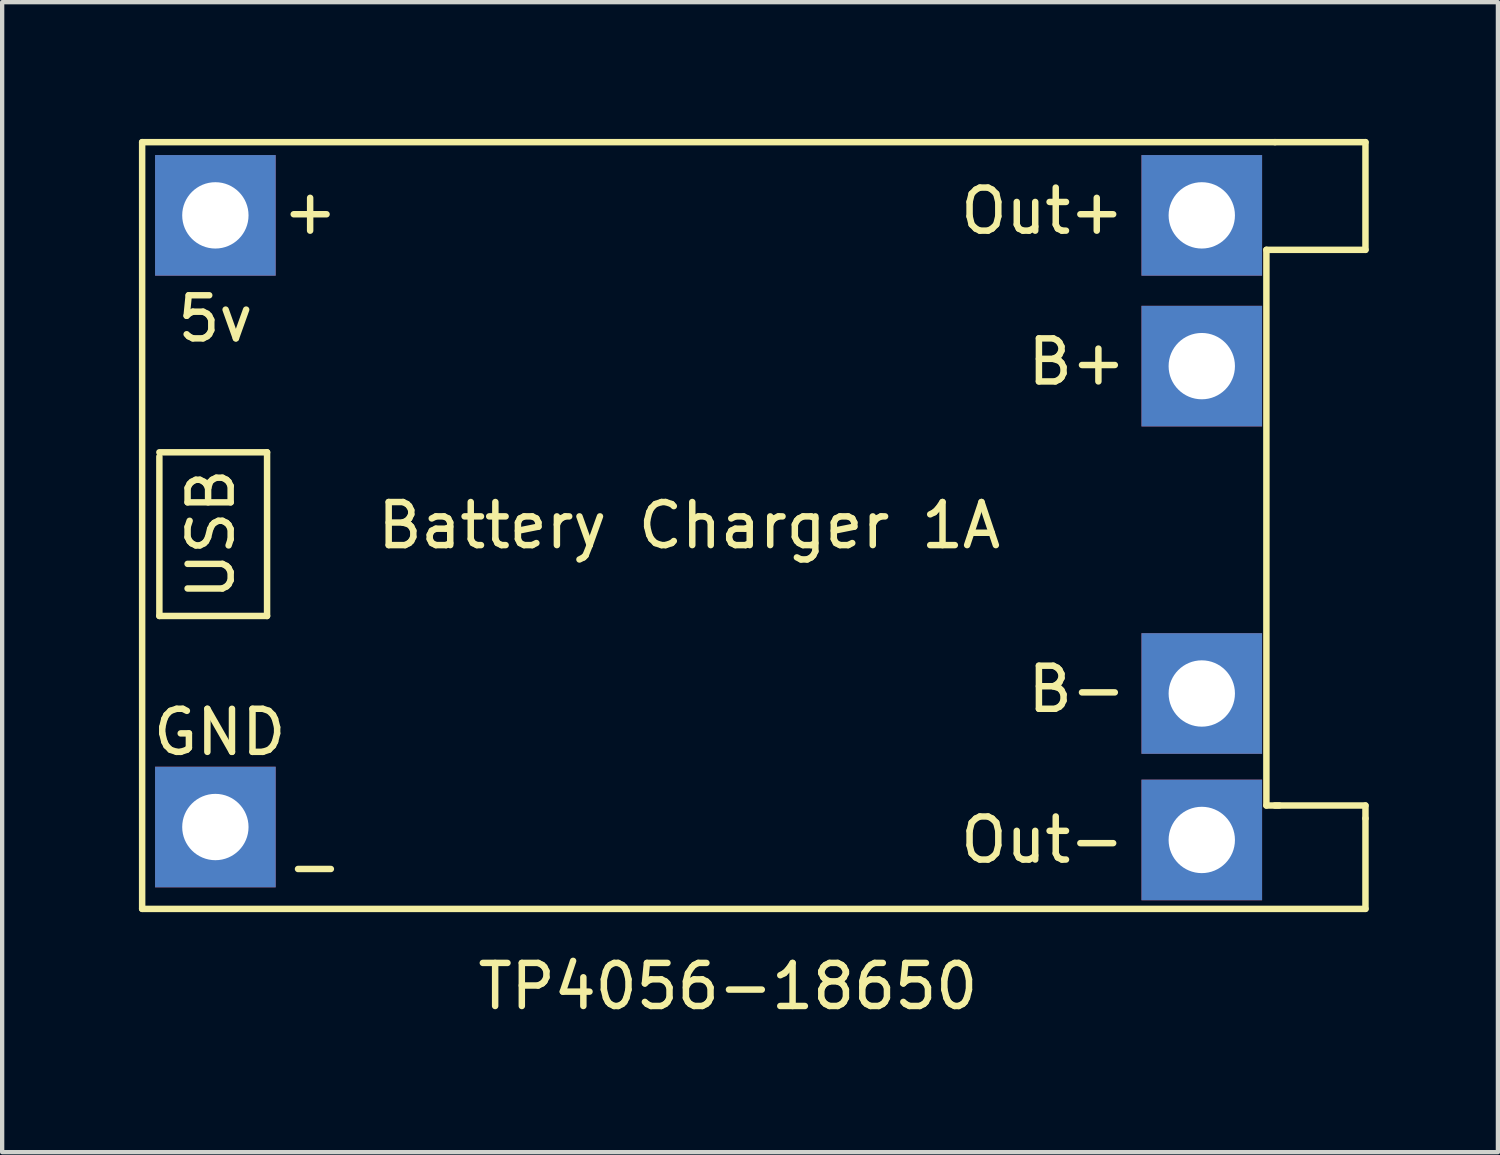
<source format=kicad_pcb>
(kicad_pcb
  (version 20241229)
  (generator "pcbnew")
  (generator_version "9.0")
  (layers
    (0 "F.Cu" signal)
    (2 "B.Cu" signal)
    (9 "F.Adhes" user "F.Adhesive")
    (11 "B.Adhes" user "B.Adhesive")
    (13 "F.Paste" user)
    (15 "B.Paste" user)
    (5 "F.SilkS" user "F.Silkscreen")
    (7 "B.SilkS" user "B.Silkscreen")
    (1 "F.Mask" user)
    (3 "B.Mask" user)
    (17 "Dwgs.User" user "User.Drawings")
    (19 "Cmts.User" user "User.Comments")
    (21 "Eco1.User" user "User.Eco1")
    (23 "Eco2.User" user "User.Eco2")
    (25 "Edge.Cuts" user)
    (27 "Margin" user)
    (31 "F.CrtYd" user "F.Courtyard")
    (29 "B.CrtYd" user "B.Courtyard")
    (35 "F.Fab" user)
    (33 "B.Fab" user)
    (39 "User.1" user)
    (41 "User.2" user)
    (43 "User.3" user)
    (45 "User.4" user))
  (footprint "TP4056-18650"
    (layer "F.Cu")
    (at 0.25 0.25)
    (property "Reference" "TP4056-18650" (at 13.6 19.6 0) (layer "F.SilkS") (effects (font (size 1 1) (thickness 0.15))))
    (attr through_hole)
    (fp_line (start 0 0) (end 26.3 0) (stroke (width 0.15) (type solid)) (layer "F.SilkS"))
    (fp_line (start 0 17.8) (end 0 0) (stroke (width 0.15) (type solid)) (layer "F.SilkS"))
    (fp_line (start 0.4 7.2) (end 2.9 7.2) (stroke (width 0.15) (type solid)) (layer "F.SilkS"))
    (fp_line (start 0.4 11) (end 0.4 7.3) (stroke (width 0.15) (type solid)) (layer "F.SilkS"))
    (fp_line (start 2.9 7.2) (end 2.9 11) (stroke (width 0.15) (type solid)) (layer "F.SilkS"))
    (fp_line (start 2.9 11) (end 0.4 11) (stroke (width 0.15) (type solid)) (layer "F.SilkS"))
    (fp_line (start 26.1 2.5) (end 26.1 15.4) (stroke (width 0.15) (type solid)) (layer "F.SilkS"))
    (fp_line (start 26.1 15.4) (end 26.4 15.4) (stroke (width 0.15) (type solid)) (layer "F.SilkS"))
    (fp_line (start 26.3 0) (end 28.4 0) (stroke (width 0.15) (type solid)) (layer "F.SilkS"))
    (fp_line (start 26.3 15.4) (end 28.4 15.4) (stroke (width 0.15) (type solid)) (layer "F.SilkS"))
    (fp_line (start 28.4 0) (end 28.4 2.5) (stroke (width 0.15) (type solid)) (layer "F.SilkS"))
    (fp_line (start 28.4 2.5) (end 26.1 2.5) (stroke (width 0.15) (type solid)) (layer "F.SilkS"))
    (fp_line (start 28.4 15.4) (end 28.4 15.7) (stroke (width 0.15) (type solid)) (layer "F.SilkS"))
    (fp_line (start 28.4 15.7) (end 28.4 17.8) (stroke (width 0.15) (type solid)) (layer "F.SilkS"))
    (fp_line (start 28.4 17.8) (end 0 17.8) (stroke (width 0.15) (type solid)) (layer "F.SilkS"))
    (fp_text user "GND" (at 1.8 13.7 0) (layer "F.SilkS") (effects (font (size 1 1) (thickness 0.15))))
    (fp_text user "B-" (at 21.7 12.7 0) (layer "F.SilkS") (effects (font (size 1 1) (thickness 0.15))))
    (fp_text user "B+" (at 21.7 5.1 0) (layer "F.SilkS") (effects (font (size 1 1) (thickness 0.15))))
    (fp_text user "Out-" (at 20.9 16.2 0) (layer "F.SilkS") (effects (font (size 1 1) (thickness 0.15))))
    (fp_text user "-" (at 4 16.8 0) (layer "F.SilkS") (effects (font (size 1 1) (thickness 0.15))))
    (fp_text user "Out+" (at 20.9 1.6 0) (layer "F.SilkS") (effects (font (size 1 1) (thickness 0.15))))
    (fp_text user "Battery Charger 1A" (at 12.7 8.9 0) (layer "F.SilkS") (effects (font (size 1 1) (thickness 0.15))))
    (fp_text user "5v" (at 1.7 4.1 0) (layer "F.SilkS") (effects (font (size 1 1) (thickness 0.15))))
    (fp_text user "USB" (at 1.6 9.1 90) (layer "F.SilkS") (effects (font (size 1 1) (thickness 0.15))))
    (fp_text user "+" (at 3.9 1.6 0) (layer "F.SilkS") (effects (font (size 1 1) (thickness 0.15))))
    (pad "1" thru_hole rect (at 1.7 1.7) (size 2.8 2.8) (drill 1.54) (layers "*.Cu" "*.Mask"))
    (pad "2" thru_hole rect (at 1.7 15.9) (size 2.8 2.8) (drill 1.54) (layers "*.Cu" "*.Mask"))
    (pad "3" thru_hole rect (at 24.6 1.7) (size 2.8 2.8) (drill 1.54) (layers "*.Cu" "*.Mask"))
    (pad "4" thru_hole rect (at 24.6 16.2) (size 2.8 2.8) (drill 1.54) (layers "*.Cu" "*.Mask"))
    (pad "5" thru_hole rect (at 24.6 5.2) (size 2.8 2.8) (drill 1.54) (layers "*.Cu" "*.Mask"))
    (pad "6" thru_hole rect (at 24.6 12.8) (size 2.8 2.8) (drill 1.54) (layers "*.Cu" "*.Mask")))
  (gr_rect
    (start -3 -3)
    (end 31.725 23.698)
    (stroke (width 0.1) (type default))
    (fill no)
    (layer "Edge.Cuts")))
</source>
